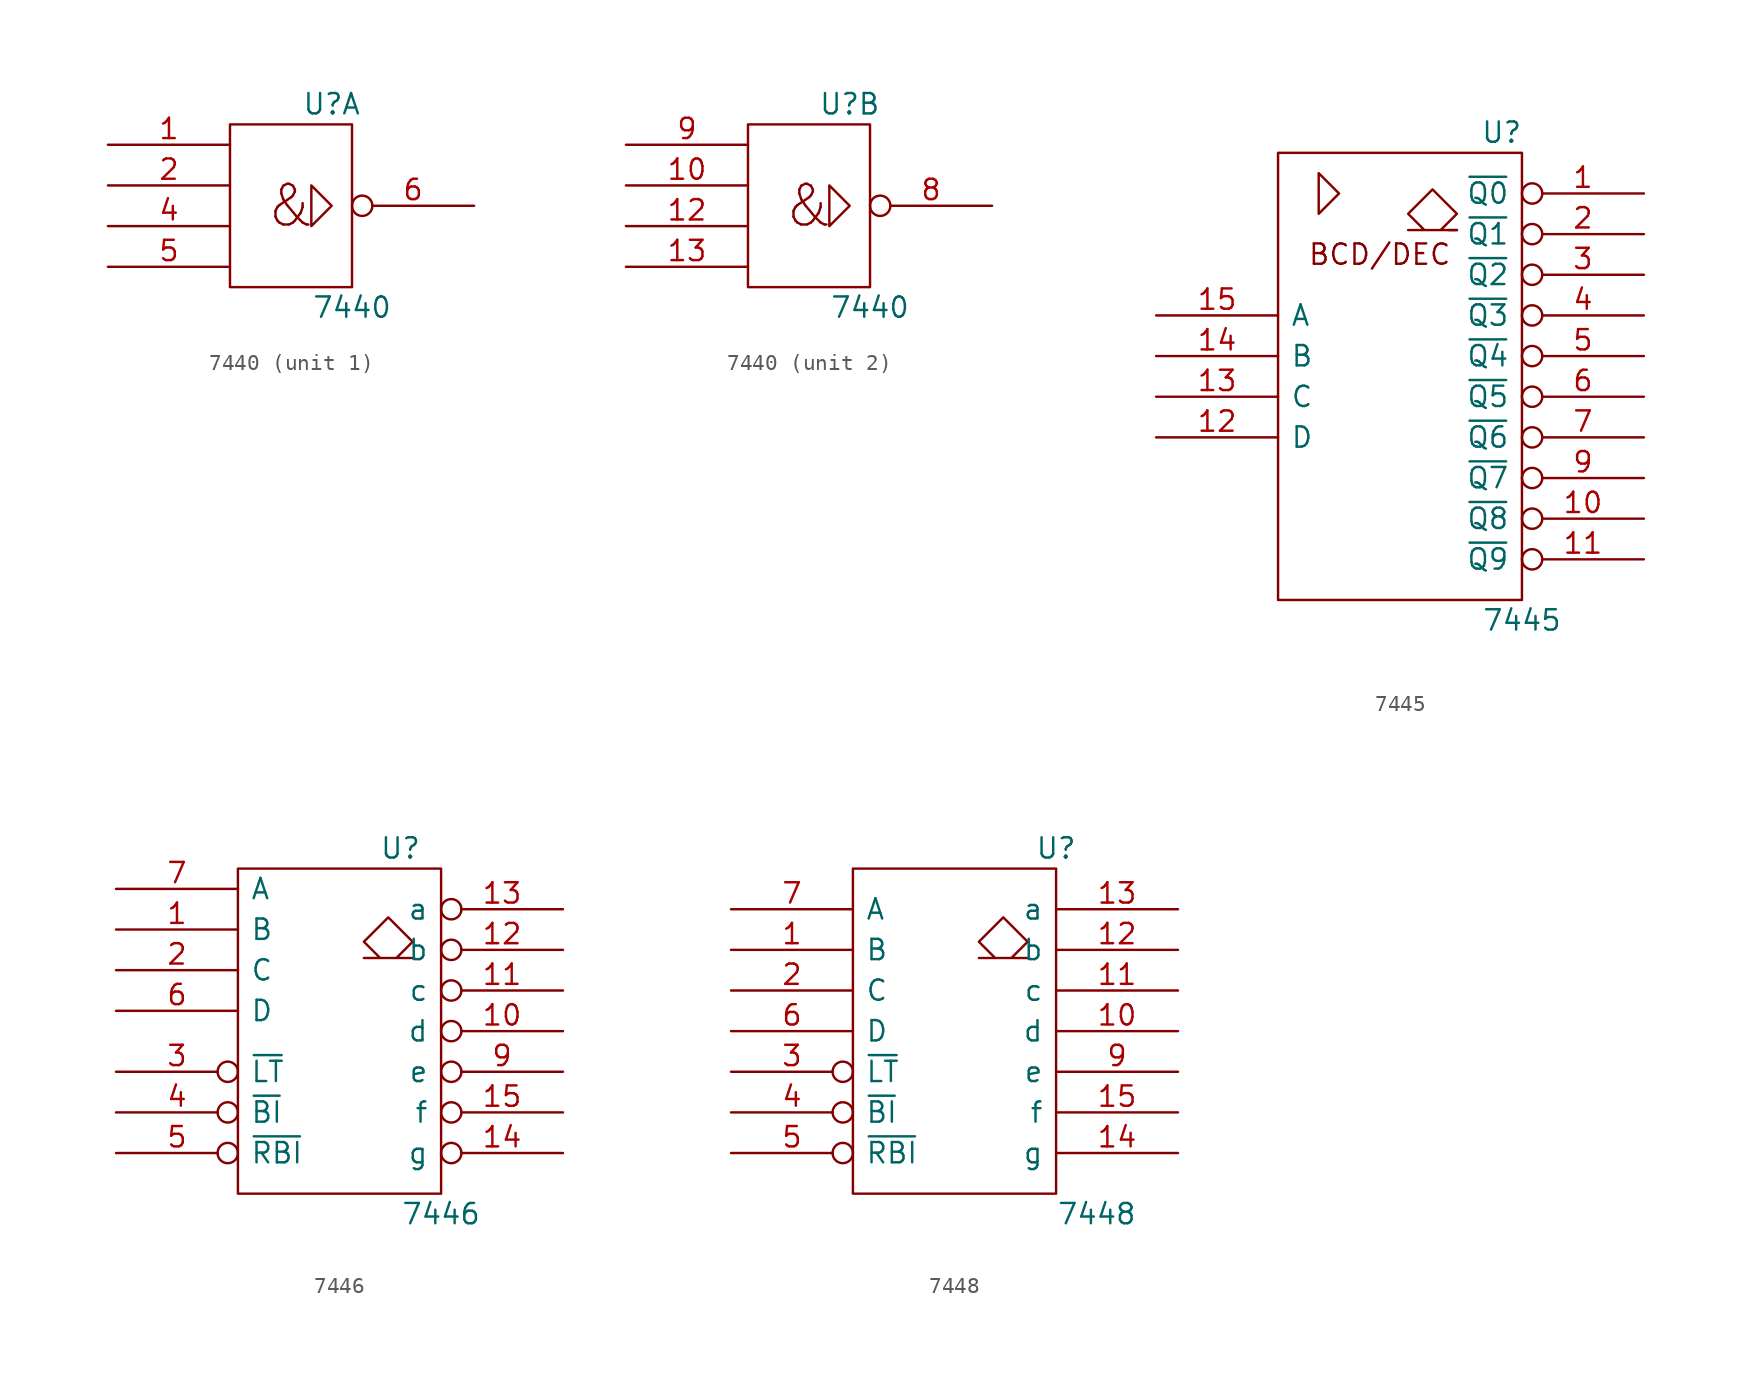
<source format=kicad_sym>
(kicad_symbol_lib
  (version 20231120)
  (generator "kicad_symbol_editor")
  (generator_version "8.0")
  (symbol "7440"
    (pin_names
      (offset 0.762))
    (property "Reference" "U"
      (at 2.54 6.35 0)
      (effects (font (size 1.27 1.27))))
    (property "Value" "7440"
      (at 3.81 -6.35 0)
      (effects (font (size 1.27 1.27))))
    (symbol "7440_0_0"
      (text "&" (at 0 0 0) (effects (font (size 2.54 2.54)))))
    (symbol "7440_0_1"
      (rectangle (start -3.81 5.08) (end 3.81 -5.08) (stroke (width 0) (type default)) (fill (type none)))
      (polyline (pts (xy 1.27 1.27) (xy 1.27 -1.27) (xy 2.54 0) (xy 1.27 1.27) (xy 1.27 1.27)) (stroke (width 0) (type default)) (fill (type none)))
      (pin power_in line (at 0 5.08 270) (length 0) hide (name "Vcc" (effects (font (size 1.27 1.27)))) (number "14" (effects (font (size 1.27 1.27)))))
      (pin power_in line (at 0 -5.08 90) (length 0) hide (name "Gnd" (effects (font (size 1.27 1.27)))) (number "7" (effects (font (size 1.27 1.27))))))
    (symbol "7440_1_1"
      (pin input line (at -11.43 3.81 0) (length 7.62) (name "~" (effects (font (size 1.27 1.27)))) (number "1" (effects (font (size 1.27 1.27)))))
      (pin input line (at -11.43 1.27 0) (length 7.62) (name "~" (effects (font (size 1.27 1.27)))) (number "2" (effects (font (size 1.27 1.27)))))
      (pin input line (at -11.43 -1.27 0) (length 7.62) (name "~" (effects (font (size 1.27 1.27)))) (number "4" (effects (font (size 1.27 1.27)))))
      (pin input line (at -11.43 -3.81 0) (length 7.62) (name "~" (effects (font (size 1.27 1.27)))) (number "5" (effects (font (size 1.27 1.27)))))
      (pin output inverted (at 11.43 0 180) (length 7.62) (name "~" (effects (font (size 1.27 1.27)))) (number "6" (effects (font (size 1.27 1.27))))))
    (symbol "7440_2_1"
      (pin input line (at -11.43 1.27 0) (length 7.62) (name "~" (effects (font (size 1.27 1.27)))) (number "10" (effects (font (size 1.27 1.27)))))
      (pin input line (at -11.43 -1.27 0) (length 7.62) (name "~" (effects (font (size 1.27 1.27)))) (number "12" (effects (font (size 1.27 1.27)))))
      (pin input line (at -11.43 -3.81 0) (length 7.62) (name "~" (effects (font (size 1.27 1.27)))) (number "13" (effects (font (size 1.27 1.27)))))
      (pin output inverted (at 11.43 0 180) (length 7.62) (name "~" (effects (font (size 1.27 1.27)))) (number "8" (effects (font (size 1.27 1.27)))))
      (pin input line (at -11.43 3.81 0) (length 7.62) (name "~" (effects (font (size 1.27 1.27)))) (number "9" (effects (font (size 1.27 1.27)))))))
  (symbol "7445"
    (pin_names
      (offset 0.762))
    (property "Reference" "U"
      (at 6.35 15.24 0)
      (effects (font (size 1.27 1.27))))
    (property "Value" "7445"
      (at 7.62 -15.24 0)
      (effects (font (size 1.27 1.27))))
    (symbol "7445_0_0"
      (polyline (pts (xy 3.556 9.144) (xy 3.048 9.144) (xy 3.048 9.144)) (stroke (width 0) (type default)) (fill (type none)))
      (polyline (pts (xy -5.08 12.7) (xy -5.08 10.16) (xy -3.81 11.43) (xy -5.08 12.7) (xy -5.08 12.7)) (stroke (width 0) (type default)) (fill (type none)))
      (polyline (pts (xy 2.54 9.144) (xy 3.556 10.16) (xy 2.032 11.684) (xy 0.508 10.16) (xy 1.524 9.144) (xy 0.508 9.144) (xy 3.556 9.144)) (stroke (width 0) (type default)) (fill (type none)))
      (text "BCD/DEC" (at -1.27 7.62 0) (effects (font (size 1.27 1.27))))
      (pin power_in line (at 0 13.97 270) (length 0) hide (name "VCC" (effects (font (size 1.27 1.27)))) (number "16" (effects (font (size 1.27 1.27)))))
      (pin power_in line (at 0 -13.97 90) (length 0) hide (name "GND" (effects (font (size 1.27 1.27)))) (number "8" (effects (font (size 1.27 1.27))))))
    (symbol "7445_0_1"
      (rectangle (start -7.62 13.97) (end 7.62 -13.97) (stroke (width 0) (type default)) (fill (type none))))
    (symbol "7445_1_1"
      (pin open_collector inverted (at 15.24 11.43 180) (length 7.62) (name "~{Q0}" (effects (font (size 1.27 1.27)))) (number "1" (effects (font (size 1.27 1.27)))))
      (pin open_collector inverted (at 15.24 -8.89 180) (length 7.62) (name "~{Q8}" (effects (font (size 1.27 1.27)))) (number "10" (effects (font (size 1.27 1.27)))))
      (pin open_collector inverted (at 15.24 -11.43 180) (length 7.62) (name "~{Q9}" (effects (font (size 1.27 1.27)))) (number "11" (effects (font (size 1.27 1.27)))))
      (pin input line (at -15.24 -3.81 0) (length 7.62) (name "D" (effects (font (size 1.27 1.27)))) (number "12" (effects (font (size 1.27 1.27)))))
      (pin input line (at -15.24 -1.27 0) (length 7.62) (name "C" (effects (font (size 1.27 1.27)))) (number "13" (effects (font (size 1.27 1.27)))))
      (pin input line (at -15.24 1.27 0) (length 7.62) (name "B" (effects (font (size 1.27 1.27)))) (number "14" (effects (font (size 1.27 1.27)))))
      (pin input line (at -15.24 3.81 0) (length 7.62) (name "A" (effects (font (size 1.27 1.27)))) (number "15" (effects (font (size 1.27 1.27)))))
      (pin open_collector inverted (at 15.24 8.89 180) (length 7.62) (name "~{Q1}" (effects (font (size 1.27 1.27)))) (number "2" (effects (font (size 1.27 1.27)))))
      (pin open_collector inverted (at 15.24 6.35 180) (length 7.62) (name "~{Q2}" (effects (font (size 1.27 1.27)))) (number "3" (effects (font (size 1.27 1.27)))))
      (pin open_collector inverted (at 15.24 3.81 180) (length 7.62) (name "~{Q3}" (effects (font (size 1.27 1.27)))) (number "4" (effects (font (size 1.27 1.27)))))
      (pin open_collector inverted (at 15.24 1.27 180) (length 7.62) (name "~{Q4}" (effects (font (size 1.27 1.27)))) (number "5" (effects (font (size 1.27 1.27)))))
      (pin open_collector inverted (at 15.24 -1.27 180) (length 7.62) (name "~{Q5}" (effects (font (size 1.27 1.27)))) (number "6" (effects (font (size 1.27 1.27)))))
      (pin open_collector inverted (at 15.24 -3.81 180) (length 7.62) (name "~{Q6}" (effects (font (size 1.27 1.27)))) (number "7" (effects (font (size 1.27 1.27)))))
      (pin open_collector inverted (at 15.24 -6.35 180) (length 7.62) (name "~{Q7}" (effects (font (size 1.27 1.27)))) (number "9" (effects (font (size 1.27 1.27)))))))
  (symbol "7446"
    (pin_names
      (offset 0.762))
    (property "Reference" "U"
      (at 3.81 11.43 0)
      (effects (font (size 1.27 1.27))))
    (property "Value" "7446"
      (at 6.35 -11.43 0)
      (effects (font (size 1.27 1.27))))
    (symbol "7446_0_0"
      (rectangle (start -6.35 10.16) (end 6.35 -10.16) (stroke (width 0) (type default)) (fill (type none)))
      (polyline (pts (xy 3.556 4.572) (xy 4.572 5.588) (xy 3.048 7.112) (xy 1.524 5.588) (xy 2.54 4.572) (xy 1.524 4.572) (xy 4.572 4.572) (xy 4.572 4.572)) (stroke (width 0) (type default)) (fill (type none)))
      (pin power_in line (at 0 10.16 270) (length 0) hide (name "VCC" (effects (font (size 1.27 1.27)))) (number "16" (effects (font (size 1.27 1.27)))))
      (pin power_in line (at 0 -10.16 90) (length 0) hide (name "GND" (effects (font (size 1.27 1.27)))) (number "8" (effects (font (size 1.27 1.27))))))
    (symbol "7446_1_1"
      (pin input line (at -13.97 6.35 0) (length 7.62) (name "B" (effects (font (size 1.27 1.27)))) (number "1" (effects (font (size 1.27 1.27)))))
      (pin open_collector inverted (at 13.97 0 180) (length 7.62) (name "d" (effects (font (size 1.27 1.27)))) (number "10" (effects (font (size 1.27 1.27)))))
      (pin open_collector inverted (at 13.97 2.54 180) (length 7.62) (name "c" (effects (font (size 1.27 1.27)))) (number "11" (effects (font (size 1.27 1.27)))))
      (pin open_collector inverted (at 13.97 5.08 180) (length 7.62) (name "b" (effects (font (size 1.27 1.27)))) (number "12" (effects (font (size 1.27 1.27)))))
      (pin open_collector inverted (at 13.97 7.62 180) (length 7.62) (name "a" (effects (font (size 1.27 1.27)))) (number "13" (effects (font (size 1.27 1.27)))))
      (pin open_collector inverted (at 13.97 -7.62 180) (length 7.62) (name "g" (effects (font (size 1.27 1.27)))) (number "14" (effects (font (size 1.27 1.27)))))
      (pin open_collector inverted (at 13.97 -5.08 180) (length 7.62) (name "f" (effects (font (size 1.27 1.27)))) (number "15" (effects (font (size 1.27 1.27)))))
      (pin input line (at -13.97 3.81 0) (length 7.62) (name "C" (effects (font (size 1.27 1.27)))) (number "2" (effects (font (size 1.27 1.27)))))
      (pin input inverted (at -13.97 -2.54 0) (length 7.62) (name "~{LT}" (effects (font (size 1.27 1.27)))) (number "3" (effects (font (size 1.27 1.27)))))
      (pin input inverted (at -13.97 -5.08 0) (length 7.62) (name "~{BI}" (effects (font (size 1.27 1.27)))) (number "4" (effects (font (size 1.27 1.27)))))
      (pin input inverted (at -13.97 -7.62 0) (length 7.62) (name "~{RBI}" (effects (font (size 1.27 1.27)))) (number "5" (effects (font (size 1.27 1.27)))))
      (pin input line (at -13.97 1.27 0) (length 7.62) (name "D" (effects (font (size 1.27 1.27)))) (number "6" (effects (font (size 1.27 1.27)))))
      (pin input line (at -13.97 8.89 0) (length 7.62) (name "A" (effects (font (size 1.27 1.27)))) (number "7" (effects (font (size 1.27 1.27)))))
      (pin open_collector inverted (at 13.97 -2.54 180) (length 7.62) (name "e" (effects (font (size 1.27 1.27)))) (number "9" (effects (font (size 1.27 1.27)))))))
  (symbol "7448"
    (pin_names
      (offset 0.762))
    (property "Reference" "U"
      (at 6.35 11.43 0)
      (effects (font (size 1.27 1.27))))
    (property "Value" "7448"
      (at 8.89 -11.43 0)
      (effects (font (size 1.27 1.27))))
    (symbol "7448_0_0"
      (rectangle (start -6.35 10.16) (end 6.35 -10.16) (stroke (width 0) (type default)) (fill (type none)))
      (polyline (pts (xy 3.556 4.572) (xy 4.572 5.588) (xy 3.048 7.112) (xy 1.524 5.588) (xy 2.54 4.572) (xy 1.524 4.572) (xy 4.572 4.572) (xy 4.572 4.572)) (stroke (width 0) (type default)) (fill (type none)))
      (pin power_in line (at 0 10.16 270) (length 0) hide (name "VCC" (effects (font (size 1.27 1.27)))) (number "16" (effects (font (size 1.27 1.27)))))
      (pin power_in line (at 0 -10.16 90) (length 0) hide (name "GND" (effects (font (size 1.27 1.27)))) (number "8" (effects (font (size 1.27 1.27))))))
    (symbol "7448_1_1"
      (pin input line (at -13.97 5.08 0) (length 7.62) (name "B" (effects (font (size 1.27 1.27)))) (number "1" (effects (font (size 1.27 1.27)))))
      (pin open_collector line (at 13.97 0 180) (length 7.62) (name "d" (effects (font (size 1.27 1.27)))) (number "10" (effects (font (size 1.27 1.27)))))
      (pin open_collector line (at 13.97 2.54 180) (length 7.62) (name "c" (effects (font (size 1.27 1.27)))) (number "11" (effects (font (size 1.27 1.27)))))
      (pin open_collector line (at 13.97 5.08 180) (length 7.62) (name "b" (effects (font (size 1.27 1.27)))) (number "12" (effects (font (size 1.27 1.27)))))
      (pin open_collector line (at 13.97 7.62 180) (length 7.62) (name "a" (effects (font (size 1.27 1.27)))) (number "13" (effects (font (size 1.27 1.27)))))
      (pin open_collector line (at 13.97 -7.62 180) (length 7.62) (name "g" (effects (font (size 1.27 1.27)))) (number "14" (effects (font (size 1.27 1.27)))))
      (pin open_collector line (at 13.97 -5.08 180) (length 7.62) (name "f" (effects (font (size 1.27 1.27)))) (number "15" (effects (font (size 1.27 1.27)))))
      (pin input line (at -13.97 2.54 0) (length 7.62) (name "C" (effects (font (size 1.27 1.27)))) (number "2" (effects (font (size 1.27 1.27)))))
      (pin input inverted (at -13.97 -2.54 0) (length 7.62) (name "~{LT}" (effects (font (size 1.27 1.27)))) (number "3" (effects (font (size 1.27 1.27)))))
      (pin input inverted (at -13.97 -5.08 0) (length 7.62) (name "~{BI}" (effects (font (size 1.27 1.27)))) (number "4" (effects (font (size 1.27 1.27)))))
      (pin input inverted (at -13.97 -7.62 0) (length 7.62) (name "~{RBI}" (effects (font (size 1.27 1.27)))) (number "5" (effects (font (size 1.27 1.27)))))
      (pin input line (at -13.97 0 0) (length 7.62) (name "D" (effects (font (size 1.27 1.27)))) (number "6" (effects (font (size 1.27 1.27)))))
      (pin input line (at -13.97 7.62 0) (length 7.62) (name "A" (effects (font (size 1.27 1.27)))) (number "7" (effects (font (size 1.27 1.27)))))
      (pin open_collector line (at 13.97 -2.54 180) (length 7.62) (name "e" (effects (font (size 1.27 1.27)))) (number "9" (effects (font (size 1.27 1.27))))))))
</source>
